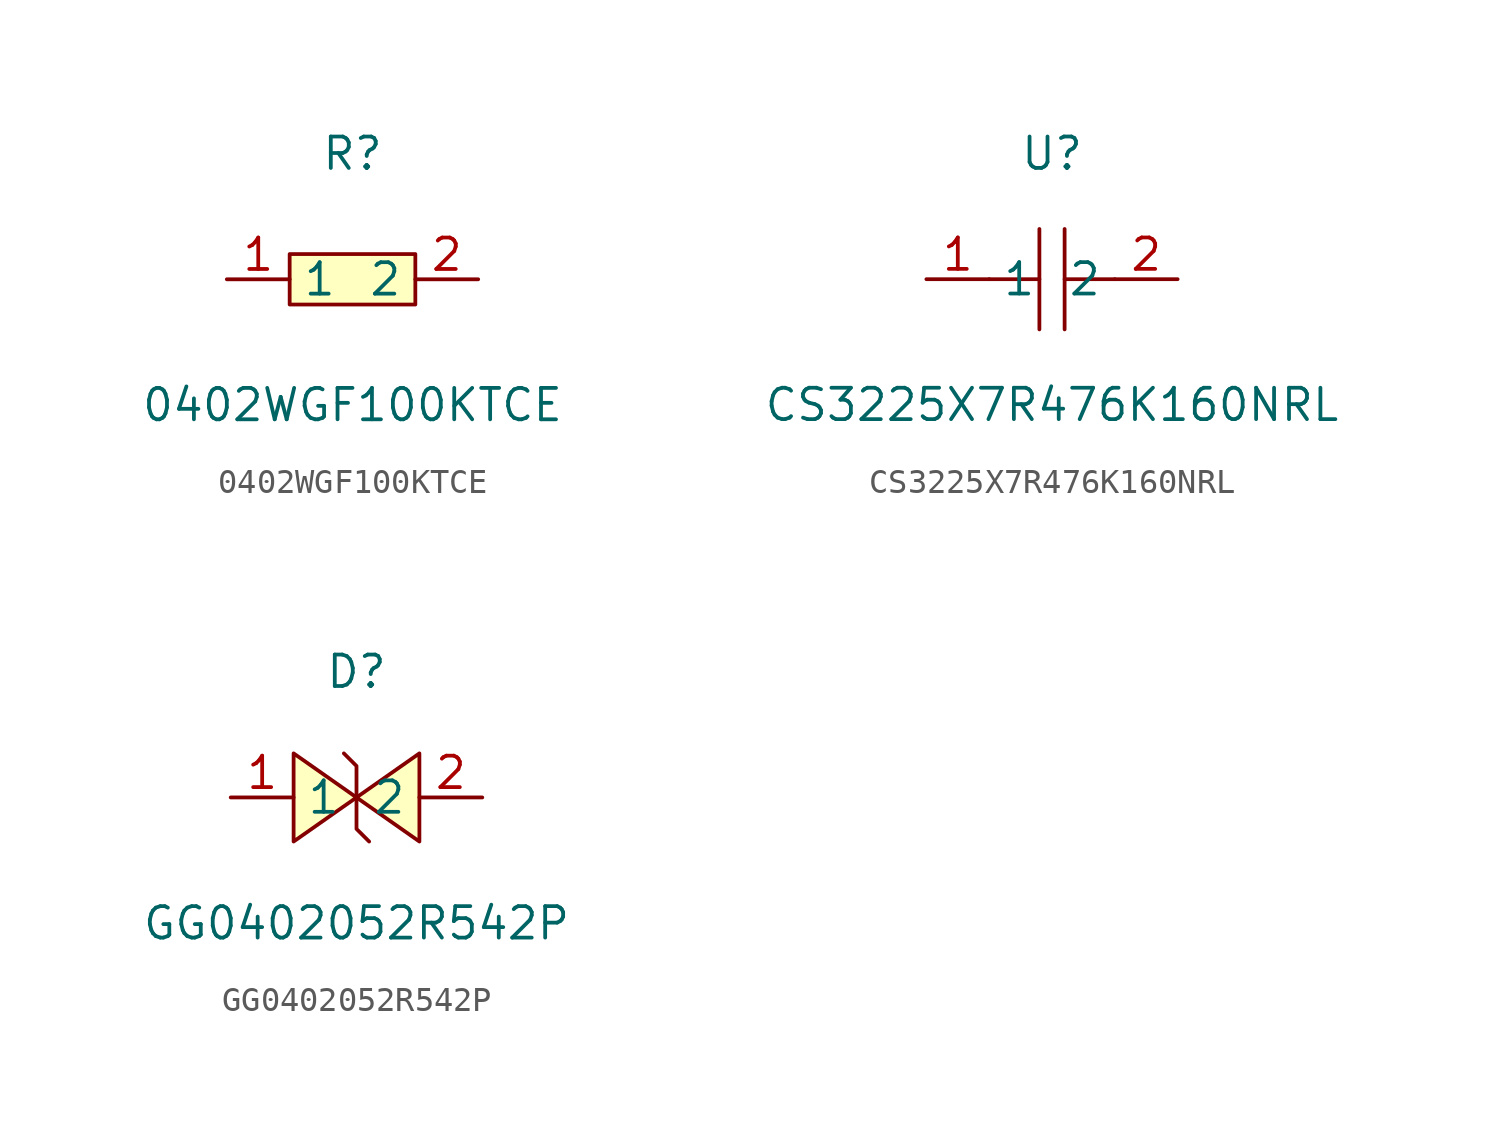
<source format=kicad_sym>
(kicad_symbol_lib
  (version 20211014)
  (generator https://github.com/uPesy/easyeda2kicad.py)
  (symbol "0402WGF100KTCE"
    (property "Reference" "R"
      (at 0 5.08 0)
      (effects (font (size 1.27 1.27))))
    (property "Value" "0402WGF100KTCE"
      (at 0 -5.08 0)
      (effects (font (size 1.27 1.27))))
    (symbol "0402WGF100KTCE_0_1"
      (rectangle (start -2.54 1.02) (end 2.54 -1.02) (stroke (width 0) (type default) (color 0 0 0 0)) (fill (type background)))
      (pin input line (at 5.08 -0.00 180) (length 2.54) (name "2" (effects (font (size 1.27 1.27)))) (number "2" (effects (font (size 1.27 1.27)))))
      (pin input line (at -5.08 -0.00 0) (length 2.54) (name "1" (effects (font (size 1.27 1.27)))) (number "1" (effects (font (size 1.27 1.27)))))))
  (symbol "CS3225X7R476K160NRL"
    (property "Reference" "U"
      (at 0 5.08 0)
      (effects (font (size 1.27 1.27))))
    (property "Value" "CS3225X7R476K160NRL"
      (at 0 -5.08 0)
      (effects (font (size 1.27 1.27))))
    (symbol "CS3225X7R476K160NRL_0_1"
      (polyline (pts (xy -0.51 -2.03) (xy -0.51 2.03)) (stroke (width 0) (type default) (color 0 0 0 0)) (fill (type none)))
      (polyline (pts (xy 2.54 -0.00) (xy 0.51 -0.00)) (stroke (width 0) (type default) (color 0 0 0 0)) (fill (type none)))
      (polyline (pts (xy 0.51 2.03) (xy 0.51 -2.03)) (stroke (width 0) (type default) (color 0 0 0 0)) (fill (type none)))
      (polyline (pts (xy -0.51 -0.00) (xy -2.54 -0.00)) (stroke (width 0) (type default) (color 0 0 0 0)) (fill (type none)))
      (pin unspecified line (at -5.08 -0.00 0) (length 2.54) (name "1" (effects (font (size 1.27 1.27)))) (number "1" (effects (font (size 1.27 1.27)))))
      (pin unspecified line (at 5.08 -0.00 180) (length 2.54) (name "2" (effects (font (size 1.27 1.27)))) (number "2" (effects (font (size 1.27 1.27)))))))
  (symbol "GG0402052R542P"
    (property "Reference" "D"
      (at 0 5.08 0)
      (effects (font (size 1.27 1.27))))
    (property "Value" "GG0402052R542P"
      (at 0 -5.08 0)
      (effects (font (size 1.27 1.27))))
    (symbol "GG0402052R542P_0_1"
      (polyline (pts (xy -2.54 -1.78) (xy 0.00 -0.00) (xy -2.54 1.78) (xy -2.54 -1.78)) (stroke (width 0) (type default) (color 0 0 0 0)) (fill (type background)))
      (polyline (pts (xy 2.54 1.78) (xy 0.00 -0.00) (xy 2.54 -1.78) (xy 2.54 1.78)) (stroke (width 0) (type default) (color 0 0 0 0)) (fill (type background)))
      (polyline (pts (xy 0.51 -1.78) (xy 0.00 -1.27) (xy 0.00 1.27) (xy -0.51 1.78)) (stroke (width 0) (type default) (color 0 0 0 0)) (fill (type none)))
      (pin unspecified line (at -5.08 -0.00 0) (length 2.54) (name "1" (effects (font (size 1.27 1.27)))) (number "1" (effects (font (size 1.27 1.27)))))
      (pin unspecified line (at 5.08 -0.00 180) (length 2.54) (name "2" (effects (font (size 1.27 1.27)))) (number "2" (effects (font (size 1.27 1.27))))))))
</source>
